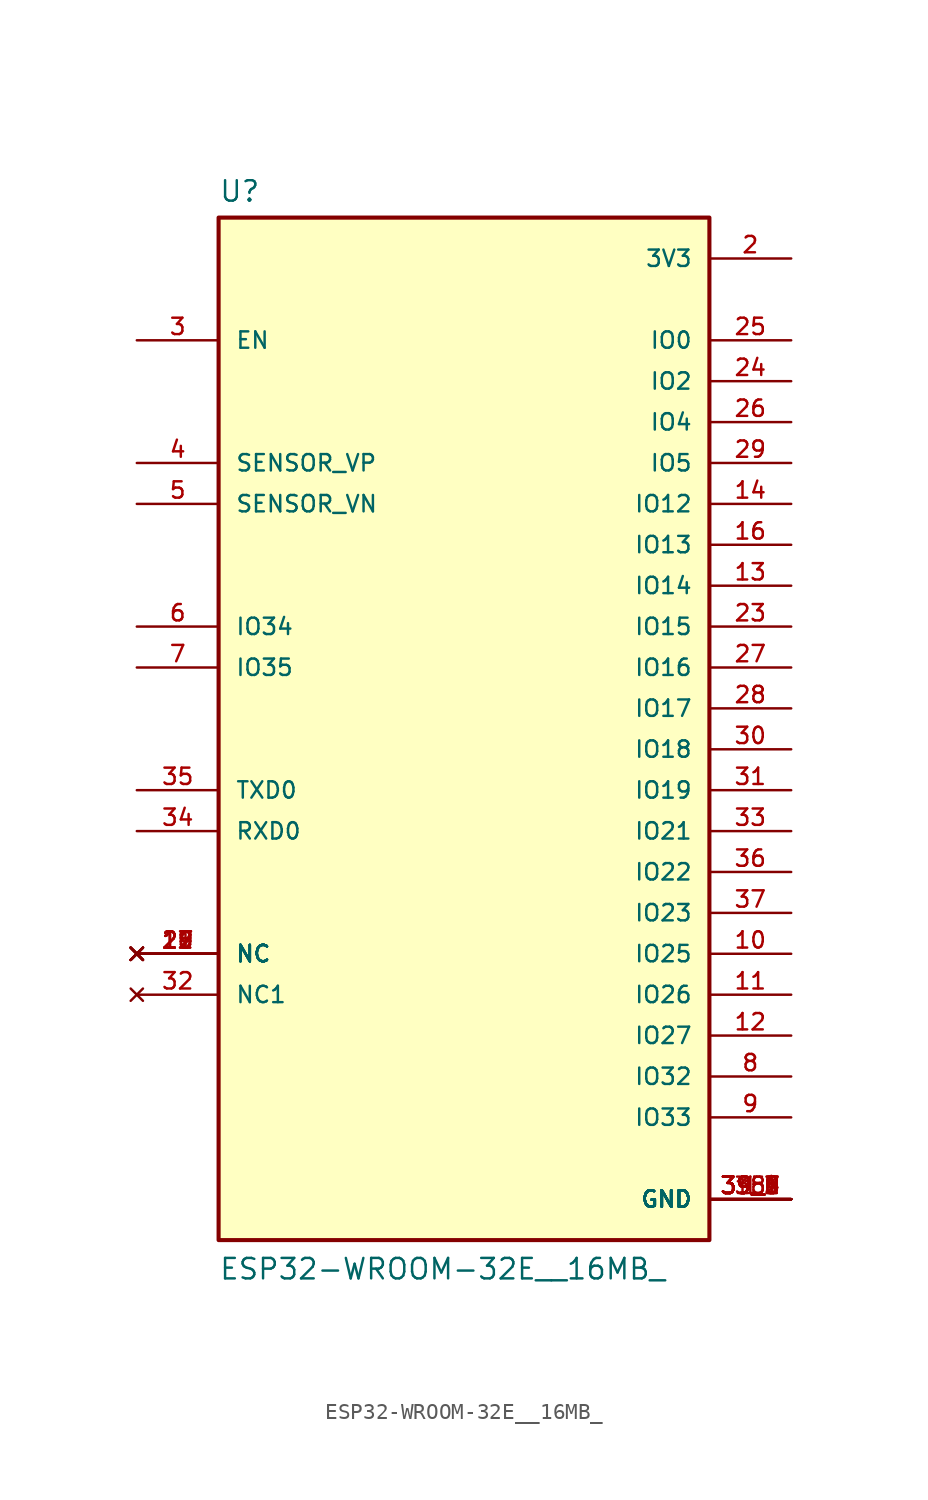
<source format=kicad_sym>
(kicad_symbol_lib
  (version 20220914)
  (generator kicad_symbol_editor)
  (symbol "ESP32-WROOM-32E__16MB_"
    (pin_names
      (offset 1.016))
    (property "Reference" "U"
      (at -15.24 33.909 0)
      (effects (font (size 1.27 1.27)) (justify left bottom)))
    (property "Value" "ESP32-WROOM-32E__16MB_"
      (at -15.24 -33.02 0)
      (effects (font (size 1.27 1.27)) (justify left bottom)))
    (symbol "ESP32-WROOM-32E__16MB__0_0"
      (rectangle (start -15.24 33.02) (end 15.24 -30.48) (stroke (width 0.254) (type default)) (fill (type background)))
      (pin power_in line (at 20.32 -27.94 180) (length 5.08) (name "GND" (effects (font (size 1.016 1.016)))) (number "1" (effects (font (size 1.016 1.016)))))
      (pin bidirectional line (at 20.32 -12.7 180) (length 5.08) (name "IO25" (effects (font (size 1.016 1.016)))) (number "10" (effects (font (size 1.016 1.016)))))
      (pin bidirectional line (at 20.32 -15.24 180) (length 5.08) (name "IO26" (effects (font (size 1.016 1.016)))) (number "11" (effects (font (size 1.016 1.016)))))
      (pin bidirectional line (at 20.32 -17.78 180) (length 5.08) (name "IO27" (effects (font (size 1.016 1.016)))) (number "12" (effects (font (size 1.016 1.016)))))
      (pin bidirectional line (at 20.32 10.16 180) (length 5.08) (name "IO14" (effects (font (size 1.016 1.016)))) (number "13" (effects (font (size 1.016 1.016)))))
      (pin bidirectional line (at 20.32 15.24 180) (length 5.08) (name "IO12" (effects (font (size 1.016 1.016)))) (number "14" (effects (font (size 1.016 1.016)))))
      (pin power_in line (at 20.32 -27.94 180) (length 5.08) (name "GND" (effects (font (size 1.016 1.016)))) (number "15" (effects (font (size 1.016 1.016)))))
      (pin bidirectional line (at 20.32 12.7 180) (length 5.08) (name "IO13" (effects (font (size 1.016 1.016)))) (number "16" (effects (font (size 1.016 1.016)))))
      (pin no_connect line (at -20.32 -12.7 0) (length 5.08) (name "NC" (effects (font (size 1.016 1.016)))) (number "17" (effects (font (size 1.016 1.016)))))
      (pin no_connect line (at -20.32 -12.7 0) (length 5.08) (name "NC" (effects (font (size 1.016 1.016)))) (number "18" (effects (font (size 1.016 1.016)))))
      (pin no_connect line (at -20.32 -12.7 0) (length 5.08) (name "NC" (effects (font (size 1.016 1.016)))) (number "19" (effects (font (size 1.016 1.016)))))
      (pin power_in line (at 20.32 30.48 180) (length 5.08) (name "3V3" (effects (font (size 1.016 1.016)))) (number "2" (effects (font (size 1.016 1.016)))))
      (pin no_connect line (at -20.32 -12.7 0) (length 5.08) (name "NC" (effects (font (size 1.016 1.016)))) (number "20" (effects (font (size 1.016 1.016)))))
      (pin no_connect line (at -20.32 -12.7 0) (length 5.08) (name "NC" (effects (font (size 1.016 1.016)))) (number "21" (effects (font (size 1.016 1.016)))))
      (pin no_connect line (at -20.32 -12.7 0) (length 5.08) (name "NC" (effects (font (size 1.016 1.016)))) (number "22" (effects (font (size 1.016 1.016)))))
      (pin bidirectional line (at 20.32 7.62 180) (length 5.08) (name "IO15" (effects (font (size 1.016 1.016)))) (number "23" (effects (font (size 1.016 1.016)))))
      (pin bidirectional line (at 20.32 22.86 180) (length 5.08) (name "IO2" (effects (font (size 1.016 1.016)))) (number "24" (effects (font (size 1.016 1.016)))))
      (pin bidirectional line (at 20.32 25.4 180) (length 5.08) (name "IO0" (effects (font (size 1.016 1.016)))) (number "25" (effects (font (size 1.016 1.016)))))
      (pin bidirectional line (at 20.32 20.32 180) (length 5.08) (name "IO4" (effects (font (size 1.016 1.016)))) (number "26" (effects (font (size 1.016 1.016)))))
      (pin bidirectional line (at 20.32 5.08 180) (length 5.08) (name "IO16" (effects (font (size 1.016 1.016)))) (number "27" (effects (font (size 1.016 1.016)))))
      (pin bidirectional line (at 20.32 2.54 180) (length 5.08) (name "IO17" (effects (font (size 1.016 1.016)))) (number "28" (effects (font (size 1.016 1.016)))))
      (pin bidirectional line (at 20.32 17.78 180) (length 5.08) (name "IO5" (effects (font (size 1.016 1.016)))) (number "29" (effects (font (size 1.016 1.016)))))
      (pin input line (at -20.32 25.4 0) (length 5.08) (name "EN" (effects (font (size 1.016 1.016)))) (number "3" (effects (font (size 1.016 1.016)))))
      (pin bidirectional line (at 20.32 0 180) (length 5.08) (name "IO18" (effects (font (size 1.016 1.016)))) (number "30" (effects (font (size 1.016 1.016)))))
      (pin bidirectional line (at 20.32 -2.54 180) (length 5.08) (name "IO19" (effects (font (size 1.016 1.016)))) (number "31" (effects (font (size 1.016 1.016)))))
      (pin no_connect line (at -20.32 -15.24 0) (length 5.08) (name "NC1" (effects (font (size 1.016 1.016)))) (number "32" (effects (font (size 1.016 1.016)))))
      (pin bidirectional line (at 20.32 -5.08 180) (length 5.08) (name "IO21" (effects (font (size 1.016 1.016)))) (number "33" (effects (font (size 1.016 1.016)))))
      (pin bidirectional line (at -20.32 -5.08 0) (length 5.08) (name "RXD0" (effects (font (size 1.016 1.016)))) (number "34" (effects (font (size 1.016 1.016)))))
      (pin bidirectional line (at -20.32 -2.54 0) (length 5.08) (name "TXD0" (effects (font (size 1.016 1.016)))) (number "35" (effects (font (size 1.016 1.016)))))
      (pin bidirectional line (at 20.32 -7.62 180) (length 5.08) (name "IO22" (effects (font (size 1.016 1.016)))) (number "36" (effects (font (size 1.016 1.016)))))
      (pin bidirectional line (at 20.32 -10.16 180) (length 5.08) (name "IO23" (effects (font (size 1.016 1.016)))) (number "37" (effects (font (size 1.016 1.016)))))
      (pin power_in line (at 20.32 -27.94 180) (length 5.08) (name "GND" (effects (font (size 1.016 1.016)))) (number "38" (effects (font (size 1.016 1.016)))))
      (pin power_in line (at 20.32 -27.94 180) (length 5.08) (name "GND" (effects (font (size 1.016 1.016)))) (number "39_1" (effects (font (size 1.016 1.016)))))
      (pin power_in line (at 20.32 -27.94 180) (length 5.08) (name "GND" (effects (font (size 1.016 1.016)))) (number "39_2" (effects (font (size 1.016 1.016)))))
      (pin power_in line (at 20.32 -27.94 180) (length 5.08) (name "GND" (effects (font (size 1.016 1.016)))) (number "39_3" (effects (font (size 1.016 1.016)))))
      (pin power_in line (at 20.32 -27.94 180) (length 5.08) (name "GND" (effects (font (size 1.016 1.016)))) (number "39_4" (effects (font (size 1.016 1.016)))))
      (pin power_in line (at 20.32 -27.94 180) (length 5.08) (name "GND" (effects (font (size 1.016 1.016)))) (number "39_5" (effects (font (size 1.016 1.016)))))
      (pin power_in line (at 20.32 -27.94 180) (length 5.08) (name "GND" (effects (font (size 1.016 1.016)))) (number "39_6" (effects (font (size 1.016 1.016)))))
      (pin power_in line (at 20.32 -27.94 180) (length 5.08) (name "GND" (effects (font (size 1.016 1.016)))) (number "39_7" (effects (font (size 1.016 1.016)))))
      (pin power_in line (at 20.32 -27.94 180) (length 5.08) (name "GND" (effects (font (size 1.016 1.016)))) (number "39_8" (effects (font (size 1.016 1.016)))))
      (pin power_in line (at 20.32 -27.94 180) (length 5.08) (name "GND" (effects (font (size 1.016 1.016)))) (number "39_9" (effects (font (size 1.016 1.016)))))
      (pin input line (at -20.32 17.78 0) (length 5.08) (name "SENSOR_VP" (effects (font (size 1.016 1.016)))) (number "4" (effects (font (size 1.016 1.016)))))
      (pin input line (at -20.32 15.24 0) (length 5.08) (name "SENSOR_VN" (effects (font (size 1.016 1.016)))) (number "5" (effects (font (size 1.016 1.016)))))
      (pin input line (at -20.32 7.62 0) (length 5.08) (name "IO34" (effects (font (size 1.016 1.016)))) (number "6" (effects (font (size 1.016 1.016)))))
      (pin input line (at -20.32 5.08 0) (length 5.08) (name "IO35" (effects (font (size 1.016 1.016)))) (number "7" (effects (font (size 1.016 1.016)))))
      (pin bidirectional line (at 20.32 -20.32 180) (length 5.08) (name "IO32" (effects (font (size 1.016 1.016)))) (number "8" (effects (font (size 1.016 1.016)))))
      (pin bidirectional line (at 20.32 -22.86 180) (length 5.08) (name "IO33" (effects (font (size 1.016 1.016)))) (number "9" (effects (font (size 1.016 1.016))))))))
</source>
